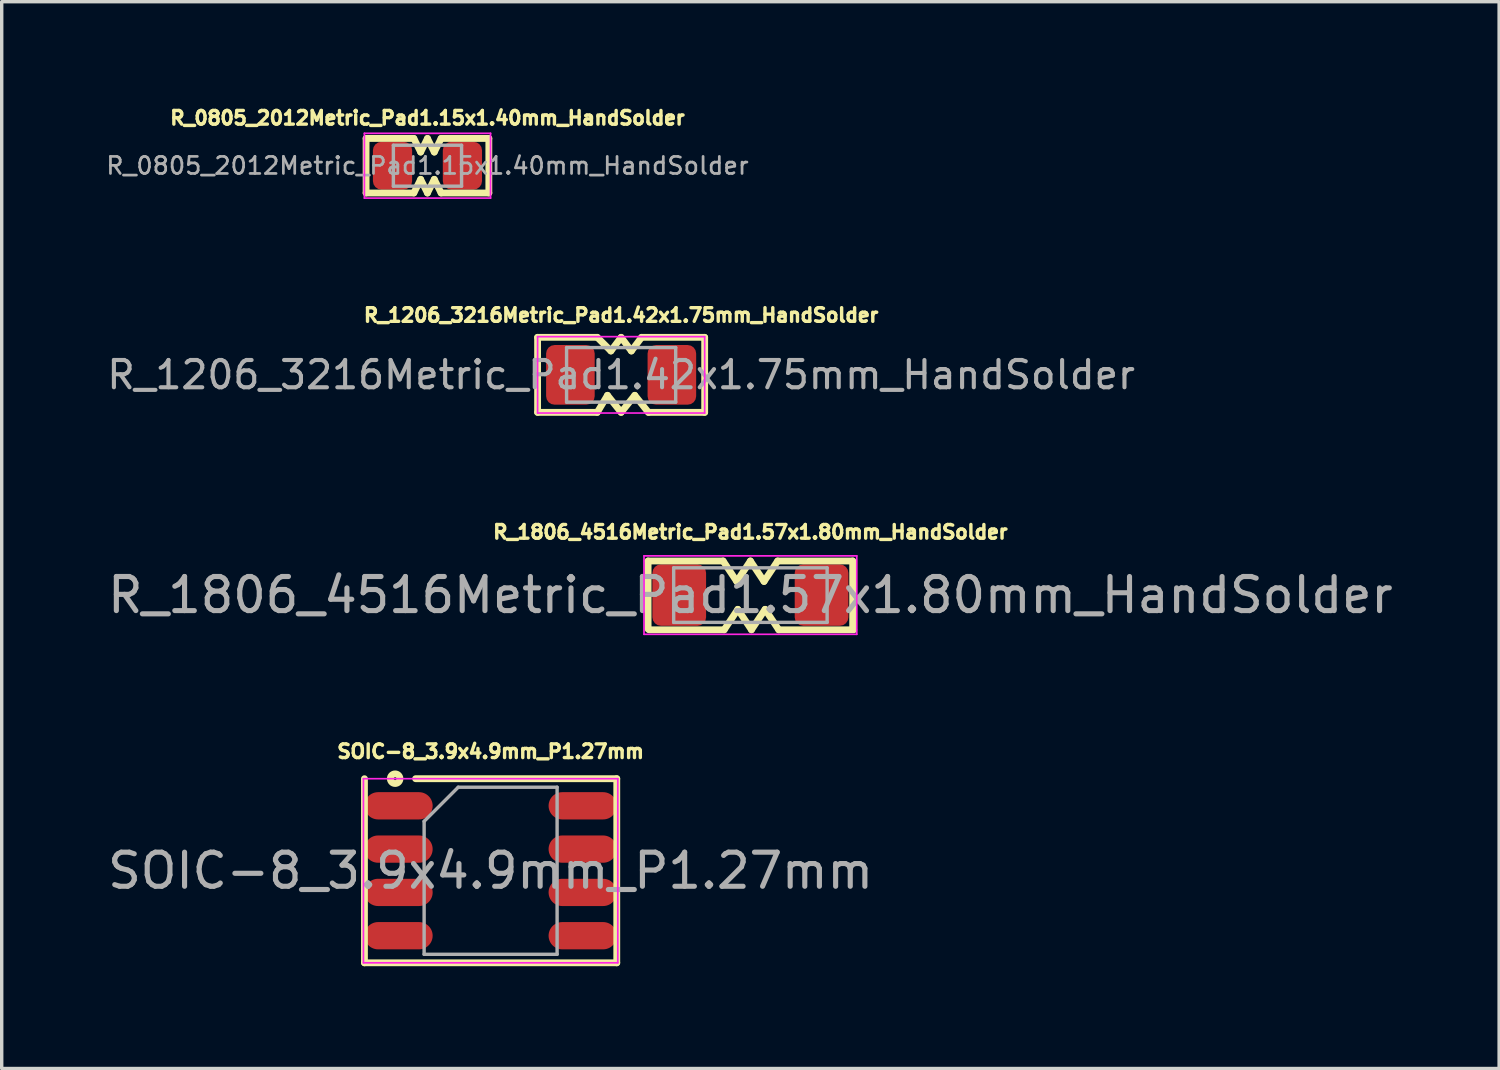
<source format=kicad_pcb>
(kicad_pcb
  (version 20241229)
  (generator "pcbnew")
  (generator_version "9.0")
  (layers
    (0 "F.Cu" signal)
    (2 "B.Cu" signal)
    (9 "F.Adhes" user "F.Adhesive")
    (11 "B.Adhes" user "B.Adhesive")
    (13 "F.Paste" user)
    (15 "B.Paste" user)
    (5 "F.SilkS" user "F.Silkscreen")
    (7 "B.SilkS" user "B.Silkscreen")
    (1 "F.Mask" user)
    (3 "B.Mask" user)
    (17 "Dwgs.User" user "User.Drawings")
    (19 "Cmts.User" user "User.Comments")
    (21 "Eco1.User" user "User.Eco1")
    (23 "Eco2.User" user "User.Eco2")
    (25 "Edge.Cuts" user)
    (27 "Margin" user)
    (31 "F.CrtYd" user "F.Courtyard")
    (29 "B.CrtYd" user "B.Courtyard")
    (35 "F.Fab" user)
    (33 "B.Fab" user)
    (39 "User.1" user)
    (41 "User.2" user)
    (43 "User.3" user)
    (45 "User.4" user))
  (footprint "SOIC-8_3.9x4.9mm_P1.27mm"
    (layer "F.Cu")
    (at 11.339 22.488)
    (property "Reference" "SOIC-8_3.9x4.9mm_P1.27mm" (at 0 -3.5 0) (layer "F.SilkS") (effects (font (size 0.4 0.4) (thickness 0.1))))
    (attr smd)
    (fp_line (start -3.7 -2.7) (end -3.7 2.7) (stroke (width 0.2) (type solid)) (layer "F.SilkS"))
    (fp_line (start -3.7 2.7) (end 3.7 2.7) (stroke (width 0.2) (type solid)) (layer "F.SilkS"))
    (fp_line (start 3.7 -2.7) (end -2.2 -2.7) (stroke (width 0.2) (type solid)) (layer "F.SilkS"))
    (fp_line (start 3.7 2.7) (end 3.7 -2.7) (stroke (width 0.2) (type solid)) (layer "F.SilkS"))
    (fp_circle (center -2.8 -2.7) (end -2.7 -2.6) (stroke (width 0.2) (type solid)) (fill no) (layer "F.SilkS"))
    (fp_line (start -3.73 -2.7) (end -3.73 2.7) (stroke (width 0.05) (type solid)) (layer "F.CrtYd"))
    (fp_line (start -3.73 -2.7) (end 3.73 -2.7) (stroke (width 0.05) (type solid)) (layer "F.CrtYd"))
    (fp_line (start -3.73 2.7) (end 3.73 2.7) (stroke (width 0.05) (type solid)) (layer "F.CrtYd"))
    (fp_line (start 3.73 -2.7) (end 3.73 2.7) (stroke (width 0.05) (type solid)) (layer "F.CrtYd"))
    (fp_line (start -1.95 -1.45) (end -0.95 -2.45) (stroke (width 0.1) (type solid)) (layer "F.Fab"))
    (fp_line (start -1.95 2.45) (end -1.95 -1.45) (stroke (width 0.1) (type solid)) (layer "F.Fab"))
    (fp_line (start -0.95 -2.45) (end 1.95 -2.45) (stroke (width 0.1) (type solid)) (layer "F.Fab"))
    (fp_line (start 1.95 -2.45) (end 1.95 2.45) (stroke (width 0.1) (type solid)) (layer "F.Fab"))
    (fp_line (start 1.95 2.45) (end -1.95 2.45) (stroke (width 0.1) (type solid)) (layer "F.Fab"))
    (fp_text user "${REFERENCE}" (at 0 0 0) (layer "F.Fab") (effects (font (size 1 1) (thickness 0.15))))
    (pad "1" smd oval (at -2.7 -1.905) (size 2 0.8) (layers "F.Cu" "F.Mask" "F.Paste"))
    (pad "2" smd oval (at -2.7 -0.635) (size 2 0.8) (layers "F.Cu" "F.Mask" "F.Paste"))
    (pad "3" smd oval (at -2.7 0.635) (size 2 0.8) (layers "F.Cu" "F.Mask" "F.Paste"))
    (pad "4" smd oval (at -2.7 1.905) (size 2 0.8) (layers "F.Cu" "F.Mask" "F.Paste"))
    (pad "5" smd oval (at 2.7 1.905) (size 2 0.8) (layers "F.Cu" "F.Mask" "F.Paste"))
    (pad "6" smd oval (at 2.7 0.635) (size 2 0.8) (layers "F.Cu" "F.Mask" "F.Paste"))
    (pad "7" smd oval (at 2.7 -0.635) (size 2 0.8) (layers "F.Cu" "F.Mask" "F.Paste"))
    (pad "8" smd oval (at 2.7 -1.905) (size 2 0.8) (layers "F.Cu" "F.Mask" "F.Paste")))
  (footprint "R_1206_3216Metric_Pad1.42x1.75mm_HandSolder"
    (layer "F.Cu")
    (at 15.167 7.944)
    (property "Reference" "R_1206_3216Metric_Pad1.42x1.75mm_HandSolder" (at 0 -1.75 0) (layer "F.SilkS") (effects (font (size 0.4 0.4) (thickness 0.1))))
    (attr smd)
    (fp_line (start -2.45 -1.1) (end -0.7 -1.1) (stroke (width 0.2) (type solid)) (layer "F.SilkS"))
    (fp_line (start -2.45 1.1) (end -2.45 -1.1) (stroke (width 0.2) (type solid)) (layer "F.SilkS"))
    (fp_line (start -0.7 -1.1) (end -0.3 -0.7) (stroke (width 0.2) (type solid)) (layer "F.SilkS"))
    (fp_line (start -0.7 1.1) (end -2.45 1.1) (stroke (width 0.2) (type solid)) (layer "F.SilkS"))
    (fp_line (start -0.4 0.6) (end -0.7 1.1) (stroke (width 0.2) (type solid)) (layer "F.SilkS"))
    (fp_line (start -0.3 -0.7) (end 0 -1.1) (stroke (width 0.2) (type solid)) (layer "F.SilkS"))
    (fp_line (start 0 -1.1) (end 0.3 -0.7) (stroke (width 0.2) (type solid)) (layer "F.SilkS"))
    (fp_line (start 0 1.1) (end -0.4 0.6) (stroke (width 0.2) (type solid)) (layer "F.SilkS"))
    (fp_line (start 0.3 -0.7) (end 0.6 -1.1) (stroke (width 0.2) (type solid)) (layer "F.SilkS"))
    (fp_line (start 0.4 0.6) (end 0 1.1) (stroke (width 0.2) (type solid)) (layer "F.SilkS"))
    (fp_line (start 0.6 -1.1) (end 2.45 -1.1) (stroke (width 0.2) (type solid)) (layer "F.SilkS"))
    (fp_line (start 0.8 1.1) (end 0.4 0.6) (stroke (width 0.2) (type solid)) (layer "F.SilkS"))
    (fp_line (start 2.45 -1.1) (end 2.45 1.1) (stroke (width 0.2) (type solid)) (layer "F.SilkS"))
    (fp_line (start 2.45 1.1) (end 0.8 1.1) (stroke (width 0.2) (type solid)) (layer "F.SilkS"))
    (fp_line (start -2.45 -1.12) (end 2.45 -1.12) (stroke (width 0.05) (type solid)) (layer "F.CrtYd"))
    (fp_line (start -2.45 1.12) (end -2.45 -1.12) (stroke (width 0.05) (type solid)) (layer "F.CrtYd"))
    (fp_line (start 2.45 -1.12) (end 2.45 1.12) (stroke (width 0.05) (type solid)) (layer "F.CrtYd"))
    (fp_line (start 2.45 1.12) (end -2.45 1.12) (stroke (width 0.05) (type solid)) (layer "F.CrtYd"))
    (fp_line (start -1.6 -0.8) (end 1.6 -0.8) (stroke (width 0.1) (type solid)) (layer "F.Fab"))
    (fp_line (start -1.6 0.8) (end -1.6 -0.8) (stroke (width 0.1) (type solid)) (layer "F.Fab"))
    (fp_line (start 1.6 -0.8) (end 1.6 0.8) (stroke (width 0.1) (type solid)) (layer "F.Fab"))
    (fp_line (start 1.6 0.8) (end -1.6 0.8) (stroke (width 0.1) (type solid)) (layer "F.Fab"))
    (fp_text user "${REFERENCE}" (at 0 0 0) (layer "F.Fab") (effects (font (size 0.8 0.8) (thickness 0.12))))
    (pad "1" smd roundrect (at -1.488 0) (size 1.425 1.75) (layers "F.Cu" "F.Mask" "F.Paste") (roundrect_rratio 0.175))
    (pad "2" smd roundrect (at 1.488 0) (size 1.425 1.75) (layers "F.Cu" "F.Mask" "F.Paste") (roundrect_rratio 0.175)))
  (footprint "R_1806_4516Metric_Pad1.57x1.80mm_HandSolder"
    (layer "F.Cu")
    (at 18.958 14.403)
    (property "Reference" "R_1806_4516Metric_Pad1.57x1.80mm_HandSolder" (at 0 -1.85 0) (layer "F.SilkS") (effects (font (size 0.4 0.4) (thickness 0.1))))
    (attr smd)
    (fp_line (start -3 -1) (end -3 1) (stroke (width 0.2) (type solid)) (layer "F.SilkS"))
    (fp_line (start -3 -1) (end -0.8 -1) (stroke (width 0.2) (type solid)) (layer "F.SilkS"))
    (fp_line (start -2.969 1.018) (end -0.769 1.018) (stroke (width 0.2) (type solid)) (layer "F.SilkS"))
    (fp_line (start -0.8 -1) (end -0.4 -0.4) (stroke (width 0.2) (type solid)) (layer "F.SilkS"))
    (fp_line (start -0.769 1.018) (end -0.369 0.418) (stroke (width 0.2) (type solid)) (layer "F.SilkS"))
    (fp_line (start -0.4 -0.4) (end 0 -1) (stroke (width 0.2) (type solid)) (layer "F.SilkS"))
    (fp_line (start -0.369 0.418) (end 0.031 1.018) (stroke (width 0.2) (type solid)) (layer "F.SilkS"))
    (fp_line (start 0 -1) (end 0.4 -0.4) (stroke (width 0.2) (type solid)) (layer "F.SilkS"))
    (fp_line (start 0.031 1.018) (end 0.431 0.418) (stroke (width 0.2) (type solid)) (layer "F.SilkS"))
    (fp_line (start 0.4 -0.4) (end 0.8 -1) (stroke (width 0.2) (type solid)) (layer "F.SilkS"))
    (fp_line (start 0.431 0.418) (end 0.831 1.018) (stroke (width 0.2) (type solid)) (layer "F.SilkS"))
    (fp_line (start 0.8 -1) (end 3 -1) (stroke (width 0.2) (type solid)) (layer "F.SilkS"))
    (fp_line (start 0.831 1.018) (end 3.031 1.018) (stroke (width 0.2) (type solid)) (layer "F.SilkS"))
    (fp_line (start 3 -1) (end 3 1) (stroke (width 0.2) (type solid)) (layer "F.SilkS"))
    (fp_line (start -3.12 -1.15) (end 3.12 -1.15) (stroke (width 0.05) (type solid)) (layer "F.CrtYd"))
    (fp_line (start -3.12 1.15) (end -3.12 -1.15) (stroke (width 0.05) (type solid)) (layer "F.CrtYd"))
    (fp_line (start 3.12 -1.15) (end 3.12 1.15) (stroke (width 0.05) (type solid)) (layer "F.CrtYd"))
    (fp_line (start 3.12 1.15) (end -3.12 1.15) (stroke (width 0.05) (type solid)) (layer "F.CrtYd"))
    (fp_line (start -2.25 -0.8) (end 2.25 -0.8) (stroke (width 0.1) (type solid)) (layer "F.Fab"))
    (fp_line (start -2.25 0.8) (end -2.25 -0.8) (stroke (width 0.1) (type solid)) (layer "F.Fab"))
    (fp_line (start 2.25 -0.8) (end 2.25 0.8) (stroke (width 0.1) (type solid)) (layer "F.Fab"))
    (fp_line (start 2.25 0.8) (end -2.25 0.8) (stroke (width 0.1) (type solid)) (layer "F.Fab"))
    (fp_text user "${REFERENCE}" (at 0 0 0) (layer "F.Fab") (effects (font (size 1 1) (thickness 0.15))))
    (pad "1" smd roundrect (at -2.087 0) (size 1.575 1.8) (layers "F.Cu" "F.Mask" "F.Paste") (roundrect_rratio 0.159))
    (pad "2" smd roundrect (at 2.087 0) (size 1.575 1.8) (layers "F.Cu" "F.Mask" "F.Paste") (roundrect_rratio 0.159)))
  (footprint "R_0805_2012Metric_Pad1.15x1.40mm_HandSolder"
    (layer "F.Cu")
    (at 9.487 1.81)
    (property "Reference" "R_0805_2012Metric_Pad1.15x1.40mm_HandSolder" (at 0 -1.4 0) (layer "F.SilkS") (effects (font (size 0.4 0.4) (thickness 0.1))))
    (attr smd)
    (fp_line (start -1.8 -0.8) (end -0.4 -0.8) (stroke (width 0.2) (type solid)) (layer "F.SilkS"))
    (fp_line (start -1.8 0.8) (end -1.8 -0.8) (stroke (width 0.2) (type solid)) (layer "F.SilkS"))
    (fp_line (start -0.4 -0.8) (end -0.2 -0.4) (stroke (width 0.2) (type solid)) (layer "F.SilkS"))
    (fp_line (start -0.4 0.8) (end -1.8 0.8) (stroke (width 0.2) (type solid)) (layer "F.SilkS"))
    (fp_line (start -0.2 -0.4) (end 0 -0.8) (stroke (width 0.2) (type solid)) (layer "F.SilkS"))
    (fp_line (start -0.2 0.4) (end -0.4 0.8) (stroke (width 0.2) (type solid)) (layer "F.SilkS"))
    (fp_line (start 0 -0.8) (end 0.2 -0.4) (stroke (width 0.2) (type solid)) (layer "F.SilkS"))
    (fp_line (start 0 0.8) (end -0.2 0.4) (stroke (width 0.2) (type solid)) (layer "F.SilkS"))
    (fp_line (start 0.2 -0.4) (end 0.4 -0.8) (stroke (width 0.2) (type solid)) (layer "F.SilkS"))
    (fp_line (start 0.2 0.4) (end 0 0.8) (stroke (width 0.2) (type solid)) (layer "F.SilkS"))
    (fp_line (start 0.4 -0.8) (end 1.8 -0.8) (stroke (width 0.2) (type solid)) (layer "F.SilkS"))
    (fp_line (start 0.4 0.8) (end 0.2 0.4) (stroke (width 0.2) (type solid)) (layer "F.SilkS"))
    (fp_line (start 1.8 -0.8) (end 1.8 0.8) (stroke (width 0.2) (type solid)) (layer "F.SilkS"))
    (fp_line (start 1.8 0.8) (end 0.4 0.8) (stroke (width 0.2) (type solid)) (layer "F.SilkS"))
    (fp_line (start -1.85 -0.95) (end 1.85 -0.95) (stroke (width 0.05) (type solid)) (layer "F.CrtYd"))
    (fp_line (start -1.85 0.95) (end -1.85 -0.95) (stroke (width 0.05) (type solid)) (layer "F.CrtYd"))
    (fp_line (start 1.85 -0.95) (end 1.85 0.95) (stroke (width 0.05) (type solid)) (layer "F.CrtYd"))
    (fp_line (start 1.85 0.95) (end -1.85 0.95) (stroke (width 0.05) (type solid)) (layer "F.CrtYd"))
    (fp_line (start -1 -0.6) (end 1 -0.6) (stroke (width 0.1) (type solid)) (layer "F.Fab"))
    (fp_line (start -1 0.6) (end -1 -0.6) (stroke (width 0.1) (type solid)) (layer "F.Fab"))
    (fp_line (start 1 -0.6) (end 1 0.6) (stroke (width 0.1) (type solid)) (layer "F.Fab"))
    (fp_line (start 1 0.6) (end -1 0.6) (stroke (width 0.1) (type solid)) (layer "F.Fab"))
    (fp_text user "${REFERENCE}" (at 0 0 0) (layer "F.Fab") (effects (font (size 0.5 0.5) (thickness 0.08))))
    (pad "1" smd roundrect (at -1.025 0) (size 1.15 1.4) (layers "F.Cu" "F.Mask" "F.Paste") (roundrect_rratio 0.217))
    (pad "2" smd roundrect (at 1.025 0) (size 1.15 1.4) (layers "F.Cu" "F.Mask" "F.Paste") (roundrect_rratio 0.217)))
  (gr_rect
    (start -3 -3)
    (end 40.917 28.288)
    (stroke (width 0.1) (type default))
    (fill no)
    (layer "Edge.Cuts")))
</source>
